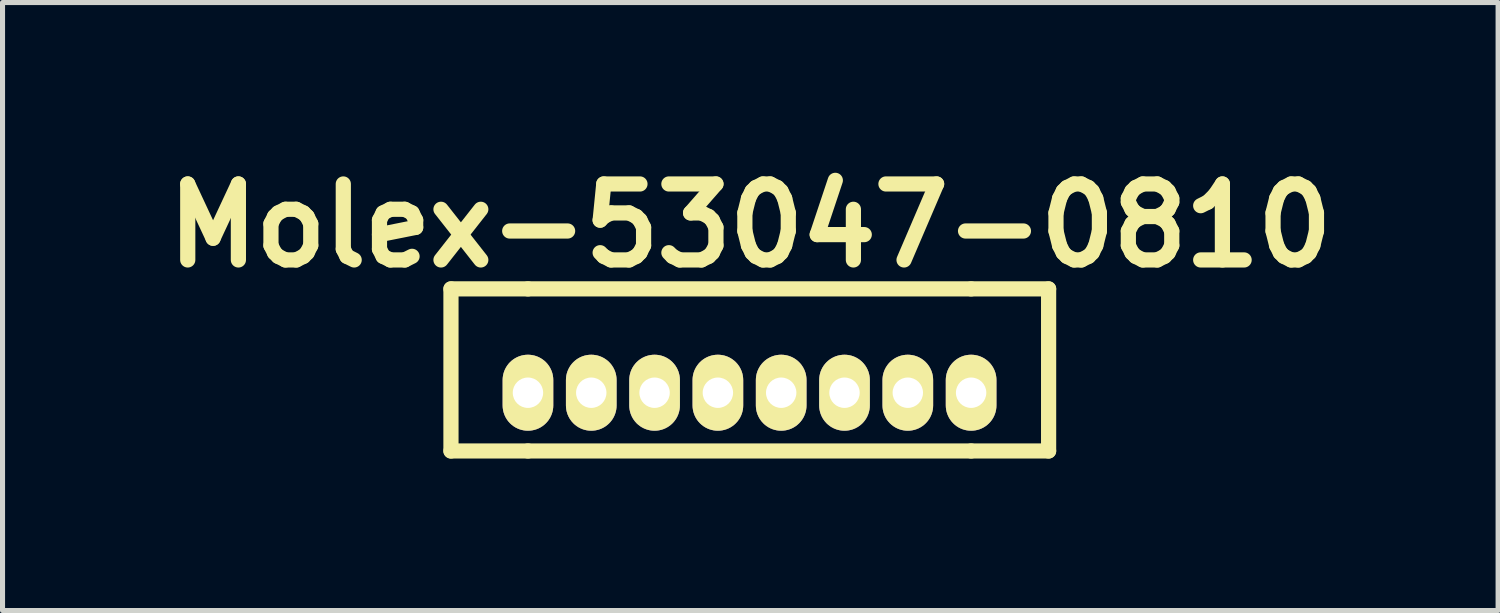
<source format=kicad_pcb>
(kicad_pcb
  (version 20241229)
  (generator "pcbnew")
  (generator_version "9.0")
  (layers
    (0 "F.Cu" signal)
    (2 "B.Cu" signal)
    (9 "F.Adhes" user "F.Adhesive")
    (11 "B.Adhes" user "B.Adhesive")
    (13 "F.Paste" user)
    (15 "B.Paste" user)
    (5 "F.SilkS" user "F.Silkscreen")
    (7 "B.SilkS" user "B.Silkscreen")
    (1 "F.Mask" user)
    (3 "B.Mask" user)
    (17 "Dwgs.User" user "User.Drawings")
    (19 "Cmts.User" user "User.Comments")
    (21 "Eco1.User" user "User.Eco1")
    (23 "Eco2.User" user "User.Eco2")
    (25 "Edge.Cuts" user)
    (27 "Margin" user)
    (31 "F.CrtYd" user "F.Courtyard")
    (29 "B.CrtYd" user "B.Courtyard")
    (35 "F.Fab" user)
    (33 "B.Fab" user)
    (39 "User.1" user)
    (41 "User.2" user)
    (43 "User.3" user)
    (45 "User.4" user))
  (footprint "Molex-53047-0810"
    (layer "F.Cu")
    (at 7.374 4.704)
    (property "Reference" "Molex-53047-0810" (at 4.39 -3.3 0) (layer "F.SilkS") (effects (font (size 1.5 1.5) (thickness 0.3))))
    (attr through_hole)
    (fp_line (start -1.52 1.15) (end -1.52 -2.05) (stroke (width 0.3) (type solid)) (layer "F.SilkS"))
    (fp_line (start -1.52 1.15) (end 0 1.15) (stroke (width 0.3) (type solid)) (layer "F.SilkS"))
    (fp_line (start 0 -2.05) (end -1.52 -2.05) (stroke (width 0.3) (type solid)) (layer "F.SilkS"))
    (fp_line (start 0 -2.05) (end 8.75 -2.05) (stroke (width 0.3) (type solid)) (layer "F.SilkS"))
    (fp_line (start 0 1.15) (end 8.75 1.15) (stroke (width 0.3) (type solid)) (layer "F.SilkS"))
    (fp_line (start 8.75 -2.05) (end 10.28 -2.05) (stroke (width 0.3) (type solid)) (layer "F.SilkS"))
    (fp_line (start 10.28 1.15) (end 8.75 1.15) (stroke (width 0.3) (type solid)) (layer "F.SilkS"))
    (fp_line (start 10.28 1.15) (end 10.28 -2.05) (stroke (width 0.3) (type solid)) (layer "F.SilkS"))
    (pad "1" thru_hole oval (at 8.75 0) (size 1 1.5) (drill 0.6) (layers "*.Cu" "*.Mask" "F.SilkS"))
    (pad "2" thru_hole oval (at 7.5 0) (size 1 1.5) (drill 0.6) (layers "*.Cu" "*.Mask" "F.SilkS"))
    (pad "3" thru_hole oval (at 6.25 0) (size 1 1.5) (drill 0.6) (layers "*.Cu" "*.Mask" "F.SilkS"))
    (pad "4" thru_hole oval (at 5 0) (size 1 1.5) (drill 0.6) (layers "*.Cu" "*.Mask" "F.SilkS"))
    (pad "5" thru_hole oval (at 3.75 0) (size 1 1.5) (drill 0.6) (layers "*.Cu" "*.Mask" "F.SilkS"))
    (pad "6" thru_hole oval (at 2.5 0) (size 1 1.5) (drill 0.6) (layers "*.Cu" "*.Mask" "F.SilkS"))
    (pad "7" thru_hole oval (at 1.25 0) (size 1 1.5) (drill 0.6) (layers "*.Cu" "*.Mask" "F.SilkS"))
    (pad "8" thru_hole oval (at 0 0) (size 1 1.5) (drill 0.6) (layers "*.Cu" "*.Mask" "F.SilkS")))
  (gr_rect
    (start -3 -3)
    (end 26.529 9.004)
    (stroke (width 0.1) (type default))
    (fill no)
    (layer "Edge.Cuts")))
</source>
